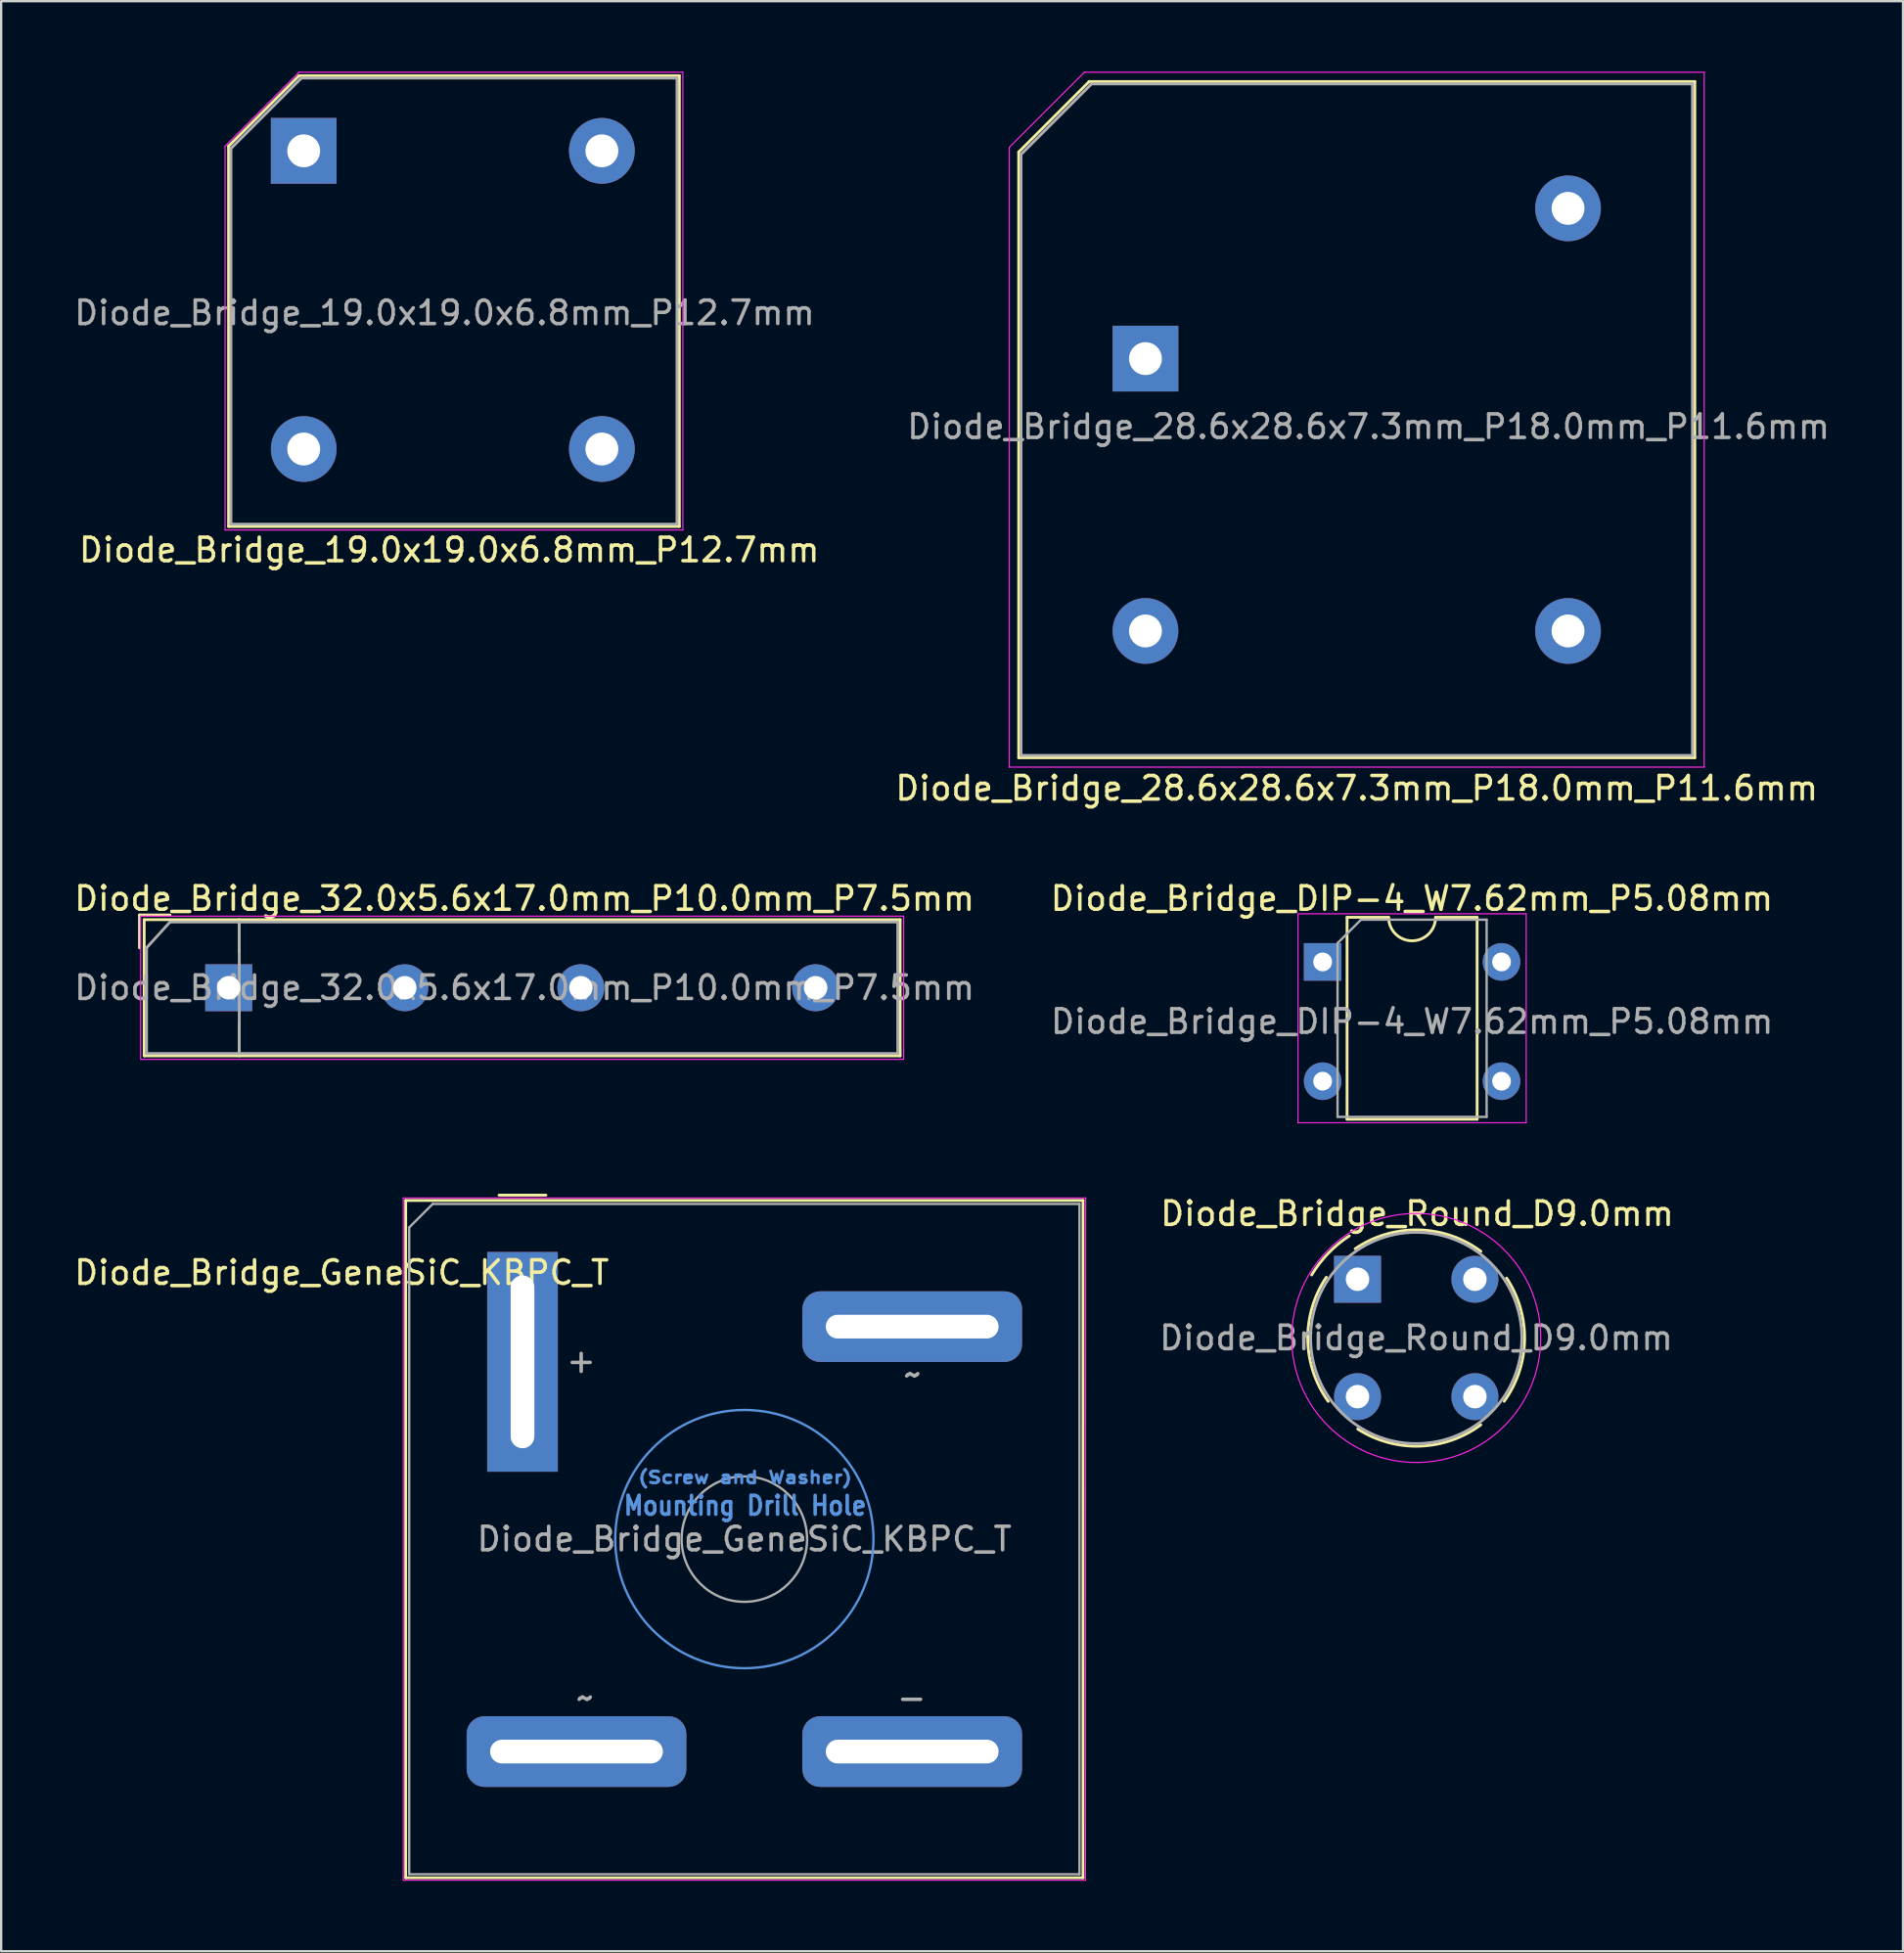
<source format=kicad_pcb>
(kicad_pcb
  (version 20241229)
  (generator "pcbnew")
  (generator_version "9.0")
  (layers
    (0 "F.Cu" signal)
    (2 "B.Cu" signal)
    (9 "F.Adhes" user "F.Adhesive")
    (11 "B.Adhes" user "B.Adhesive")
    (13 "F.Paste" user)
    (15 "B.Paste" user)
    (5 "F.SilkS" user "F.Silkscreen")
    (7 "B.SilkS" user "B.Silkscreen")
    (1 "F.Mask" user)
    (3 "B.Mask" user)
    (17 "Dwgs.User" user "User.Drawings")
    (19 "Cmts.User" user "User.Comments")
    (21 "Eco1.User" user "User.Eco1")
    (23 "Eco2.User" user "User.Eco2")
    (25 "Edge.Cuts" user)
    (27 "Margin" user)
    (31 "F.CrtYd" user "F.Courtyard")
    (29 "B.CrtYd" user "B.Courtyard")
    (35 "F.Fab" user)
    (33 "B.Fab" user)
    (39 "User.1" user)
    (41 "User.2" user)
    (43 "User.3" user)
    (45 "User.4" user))
  (footprint "Diode_Bridge_28.6x28.6x7.3mm_P18.0mm_P11.6mm"
    (layer "F.Cu")
    (at 45.742 12.225)
    (property "Reference" "Diode_Bridge_28.6x28.6x7.3mm_P18.0mm_P11.6mm" (at 9 18.3 180) (layer "F.SilkS") (effects (font (size 1 1) (thickness 0.15))))
    (attr through_hole)
    (fp_line (start -5.4 -8.8) (end -5.4 17) (stroke (width 0.12) (type solid)) (layer "F.SilkS"))
    (fp_line (start -5.4 17) (end 23.4 17) (stroke (width 0.12) (type solid)) (layer "F.SilkS"))
    (fp_line (start -2.4 -11.8) (end -5.4 -8.8) (stroke (width 0.12) (type solid)) (layer "F.SilkS"))
    (fp_line (start 23.4 -11.8) (end -2.4 -11.8) (stroke (width 0.12) (type solid)) (layer "F.SilkS"))
    (fp_line (start 23.4 17) (end 23.4 -11.8) (stroke (width 0.12) (type solid)) (layer "F.SilkS"))
    (fp_line (start -5.8 -9) (end -5.8 17.4) (stroke (width 0.05) (type solid)) (layer "F.CrtYd"))
    (fp_line (start -5.8 17.4) (end 23.8 17.4) (stroke (width 0.05) (type solid)) (layer "F.CrtYd"))
    (fp_line (start -2.6 -12.2) (end -5.8 -9) (stroke (width 0.05) (type solid)) (layer "F.CrtYd"))
    (fp_line (start 23.8 -12.2) (end -2.6 -12.2) (stroke (width 0.05) (type solid)) (layer "F.CrtYd"))
    (fp_line (start 23.8 17.4) (end 23.8 -12.2) (stroke (width 0.05) (type solid)) (layer "F.CrtYd"))
    (fp_line (start -5.3 -8.7) (end -5.3 16.9) (stroke (width 0.12) (type solid)) (layer "F.Fab"))
    (fp_line (start -5.3 16.9) (end 23.3 16.9) (stroke (width 0.12) (type solid)) (layer "F.Fab"))
    (fp_line (start -2.3 -11.7) (end -5.3 -8.7) (stroke (width 0.12) (type solid)) (layer "F.Fab"))
    (fp_line (start 23.3 -11.7) (end -2.3 -11.7) (stroke (width 0.12) (type solid)) (layer "F.Fab"))
    (fp_line (start 23.3 16.9) (end 23.3 -11.7) (stroke (width 0.12) (type solid)) (layer "F.Fab"))
    (fp_text user "${REFERENCE}" (at 9.5 2.9 180) (layer "F.Fab") (effects (font (size 1 1) (thickness 0.15))))
    (pad "1" thru_hole rect (at 0 0 180) (size 2.8 2.8) (drill 1.4) (layers "*.Cu" "*.Mask"))
    (pad "2" thru_hole circle (at 0 11.6 180) (size 2.8 2.8) (drill 1.4) (layers "*.Cu" "*.Mask"))
    (pad "3" thru_hole circle (at 18 11.6 180) (size 2.8 2.8) (drill 1.4) (layers "*.Cu" "*.Mask"))
    (pad "4" thru_hole circle (at 18 -6.4 180) (size 2.8 2.8) (drill 1.4) (layers "*.Cu" "*.Mask")))
  (footprint "Diode_Bridge_GeneSiC_KBPC_T"
    (layer "F.Cu")
    (at 19.206 54.956)
    (property "Reference" "Diode_Bridge_GeneSiC_KBPC_T" (at -7.7 -3.8 180) (layer "F.SilkS") (effects (font (size 1 1) (thickness 0.15))))
    (attr through_hole)
    (fp_line (start -4.975 -6.875) (end 23.875 -6.875) (stroke (width 0.12) (type solid)) (layer "F.SilkS"))
    (fp_line (start -4.975 21.975) (end -4.975 -6.875) (stroke (width 0.12) (type solid)) (layer "F.SilkS"))
    (fp_line (start -1 -7.1) (end 1 -7.1) (stroke (width 0.12) (type solid)) (layer "F.SilkS"))
    (fp_line (start 23.875 -6.875) (end 23.875 21.975) (stroke (width 0.12) (type solid)) (layer "F.SilkS"))
    (fp_line (start 23.875 21.975) (end -4.975 21.975) (stroke (width 0.12) (type solid)) (layer "F.SilkS"))
    (fp_circle (center 9.45 7.55) (end 14.95 7.55) (stroke (width 0.1) (type solid)) (fill no) (layer "Cmts.User"))
    (fp_line (start -5.08 -6.98) (end 23.99 -6.98) (stroke (width 0.05) (type solid)) (layer "F.CrtYd"))
    (fp_line (start -5.08 22.08) (end -5.08 -6.98) (stroke (width 0.05) (type solid)) (layer "F.CrtYd"))
    (fp_line (start 23.98 22.08) (end -5.08 22.08) (stroke (width 0.05) (type solid)) (layer "F.CrtYd"))
    (fp_line (start 23.99 -6.98) (end 23.98 22.08) (stroke (width 0.05) (type solid)) (layer "F.CrtYd"))
    (fp_line (start -4.825 21.825) (end -4.825 -5.725) (stroke (width 0.1) (type solid)) (layer "F.Fab"))
    (fp_line (start -4.825 21.825) (end 23.725 21.825) (stroke (width 0.1) (type solid)) (layer "F.Fab"))
    (fp_line (start -3.825 -6.725) (end -4.825 -5.725) (stroke (width 0.1) (type solid)) (layer "F.Fab"))
    (fp_line (start -3.825 -6.725) (end 23.725 -6.725) (stroke (width 0.1) (type solid)) (layer "F.Fab"))
    (fp_line (start 23.725 -6.725) (end 23.725 21.825) (stroke (width 0.1) (type solid)) (layer "F.Fab"))
    (fp_circle (center 9.45 7.55) (end 12.122 7.55) (stroke (width 0.1) (type solid)) (fill no) (layer "F.Fab"))
    (fp_text user "(Screw and Washer)" (at 9.483 4.925 0) (unlocked yes) (layer "Cmts.User") (effects (font (size 0.5 0.6) (thickness 0.125))))
    (fp_text user "Mounting Drill Hole" (at 9.483 6.125 0) (unlocked yes) (layer "Cmts.User") (effects (font (size 0.8 0.7) (thickness 0.15))))
    (fp_text user "${REFERENCE}" (at 9.45 7.55 180) (layer "F.Fab") (effects (font (size 1 1) (thickness 0.15))))
    (fp_text user "~" (at 16.625 0.525 0) (unlocked yes) (layer "F.Fab") (effects (font (size 1 1) (thickness 0.15))))
    (fp_text user "-" (at 16.575 14.3 0) (unlocked yes) (layer "F.Fab") (effects (font (size 1 1) (thickness 0.15))))
    (fp_text user "~" (at 2.675 14.3 0) (unlocked yes) (layer "F.Fab") (effects (font (size 1 1) (thickness 0.15))))
    (fp_text user "+" (at 2.5 -0.05 0) (unlocked yes) (layer "F.Fab") (effects (font (size 1 1) (thickness 0.15))))
    (pad "1" thru_hole rect (at 0 0 90) (size 9.36 3.01) (drill oval 7.36 1.01) (layers "*.Cu" "*.Mask"))
    (pad "2" thru_hole roundrect (at 16.6 -1.5) (size 9.36 3.01) (drill oval 7.36 1.01) (layers "*.Cu" "*.Mask") (roundrect_rratio 0.25))
    (pad "3" thru_hole roundrect (at 16.6 16.6) (size 9.36 3.01) (drill oval 7.36 1.01) (layers "*.Cu" "*.Mask") (roundrect_rratio 0.25))
    (pad "4" thru_hole roundrect (at 2.3 16.6) (size 9.36 3.01) (drill oval 7.36 1.01) (layers "*.Cu" "*.Mask") (roundrect_rratio 0.25)))
  (footprint "Diode_Bridge_19.0x19.0x6.8mm_P12.7mm"
    (layer "F.Cu")
    (at 9.887 3.375)
    (property "Reference" "Diode_Bridge_19.0x19.0x6.8mm_P12.7mm" (at 6.2 17 180) (layer "F.SilkS") (effects (font (size 1 1) (thickness 0.15))))
    (attr through_hole)
    (fp_line (start -3.2 -0.2) (end -0.2 -3.2) (stroke (width 0.12) (type solid)) (layer "F.SilkS"))
    (fp_line (start -3.2 16) (end -3.2 -0.2) (stroke (width 0.12) (type solid)) (layer "F.SilkS"))
    (fp_line (start -0.2 -3.2) (end 16 -3.2) (stroke (width 0.12) (type solid)) (layer "F.SilkS"))
    (fp_line (start 16 -3.2) (end 16 16) (stroke (width 0.12) (type solid)) (layer "F.SilkS"))
    (fp_line (start 16 16) (end -3.2 16) (stroke (width 0.12) (type solid)) (layer "F.SilkS"))
    (fp_line (start -3.35 -0.2) (end -3.35 16.15) (stroke (width 0.05) (type solid)) (layer "F.CrtYd"))
    (fp_line (start -3.35 16.15) (end 16.15 16.15) (stroke (width 0.05) (type solid)) (layer "F.CrtYd"))
    (fp_line (start -0.2 -3.35) (end -3.35 -0.2) (stroke (width 0.05) (type solid)) (layer "F.CrtYd"))
    (fp_line (start 16.15 -3.35) (end -0.2 -3.35) (stroke (width 0.05) (type solid)) (layer "F.CrtYd"))
    (fp_line (start 16.15 16.15) (end 16.15 -3.35) (stroke (width 0.05) (type solid)) (layer "F.CrtYd"))
    (fp_line (start -3.1 -0.1) (end -0.1 -3.1) (stroke (width 0.12) (type solid)) (layer "F.Fab"))
    (fp_line (start -3.1 15.9) (end -3.1 -0.1) (stroke (width 0.12) (type solid)) (layer "F.Fab"))
    (fp_line (start -0.1 -3.1) (end 15.9 -3.1) (stroke (width 0.12) (type solid)) (layer "F.Fab"))
    (fp_line (start 15.9 -3.1) (end 15.9 15.9) (stroke (width 0.12) (type solid)) (layer "F.Fab"))
    (fp_line (start 15.9 15.9) (end -3.1 15.9) (stroke (width 0.12) (type solid)) (layer "F.Fab"))
    (fp_text user "${REFERENCE}" (at 6 6.9 180) (layer "F.Fab") (effects (font (size 1 1) (thickness 0.15))))
    (pad "1" thru_hole rect (at 0 0 180) (size 2.8 2.8) (drill 1.4) (layers "*.Cu" "*.Mask"))
    (pad "2" thru_hole circle (at 0 12.7 180) (size 2.8 2.8) (drill 1.4) (layers "*.Cu" "*.Mask"))
    (pad "3" thru_hole circle (at 12.7 12.7 180) (size 2.8 2.8) (drill 1.4) (layers "*.Cu" "*.Mask"))
    (pad "4" thru_hole circle (at 12.7 0 180) (size 2.8 2.8) (drill 1.4) (layers "*.Cu" "*.Mask")))
  (footprint "Diode_Bridge_Round_D9.0mm"
    (layer "F.Cu")
    (at 54.775 51.439)
    (property "Reference" "Diode_Bridge_Round_D9.0mm" (at 2.54 -2.794 0) (layer "F.SilkS") (effects (font (size 1 1) (thickness 0.15))))
    (attr through_hole)
    (fp_arc (start -1.954487 -0.183757) (mid -1.246061 -1.107219) (end -0.35 -1.85) (stroke (width 0.12) (type solid)) (layer "F.SilkS"))
    (fp_arc (start -1.25 5.2) (mid -2.120355 2.569427) (end -1.329431 -0.086109) (stroke (width 0.12) (type solid)) (layer "F.SilkS"))
    (fp_arc (start -0.1 -1.3) (mid 2.595106 -2.103363) (end 5.254731 -1.189371) (stroke (width 0.12) (type solid)) (layer "F.SilkS"))
    (fp_arc (start 5.25 6.2) (mid 2.657169 7.107363) (end 0.008533 6.3788) (stroke (width 0.12) (type solid)) (layer "F.SilkS"))
    (fp_arc (start 6.35 -0.05) (mid 7.117021 2.590098) (end 6.247584 5.198261) (stroke (width 0.12) (type solid)) (layer "F.SilkS"))
    (fp_circle (center 2.5 2.5) (end -1.3 -1.2) (stroke (width 0.05) (type solid)) (fill no) (layer "F.CrtYd"))
    (fp_arc (start -2 2.5) (mid 7 2.5) (end -2 2.5) (stroke (width 0.12) (type solid)) (layer "F.Fab"))
    (fp_text user "${REFERENCE}" (at 2.5 2.5 0) (layer "F.Fab") (effects (font (size 1 1) (thickness 0.15))))
    (pad "1" thru_hole rect (at 0 0) (size 2 2) (drill 1) (layers "*.Cu" "*.Mask"))
    (pad "2" thru_hole oval (at 0 5) (size 2 2) (drill 1) (layers "*.Cu" "*.Mask"))
    (pad "3" thru_hole oval (at 5 5) (size 2 2) (drill 1) (layers "*.Cu" "*.Mask"))
    (pad "4" thru_hole oval (at 5 0) (size 2 2) (drill 1) (layers "*.Cu" "*.Mask")))
  (footprint "Diode_Bridge_DIP-4_W7.62mm_P5.08mm"
    (layer "F.Cu")
    (at 53.289 37.922)
    (property "Reference" "Diode_Bridge_DIP-4_W7.62mm_P5.08mm" (at 3.8 -2.7 0) (layer "F.SilkS") (effects (font (size 1 1) (thickness 0.15))))
    (attr through_hole)
    (fp_line (start 1.04 -1.9) (end 1.04 6.7) (stroke (width 0.12) (type solid)) (layer "F.SilkS"))
    (fp_line (start 1.04 6.7) (end 6.58 6.7) (stroke (width 0.12) (type solid)) (layer "F.SilkS"))
    (fp_line (start 2.81 -1.9) (end 1.04 -1.9) (stroke (width 0.12) (type solid)) (layer "F.SilkS"))
    (fp_line (start 6.58 -1.9) (end 4.81 -1.9) (stroke (width 0.12) (type solid)) (layer "F.SilkS"))
    (fp_line (start 6.58 6.7) (end 6.58 -1.9) (stroke (width 0.12) (type solid)) (layer "F.SilkS"))
    (fp_arc (start 4.81 -1.9) (mid 3.81 -0.9) (end 2.81 -1.9) (stroke (width 0.12) (type solid)) (layer "F.SilkS"))
    (fp_line (start -1.05 -2.05) (end -1.05 6.85) (stroke (width 0.05) (type solid)) (layer "F.CrtYd"))
    (fp_line (start -1.05 -2.05) (end 8.67 -2.05) (stroke (width 0.05) (type solid)) (layer "F.CrtYd"))
    (fp_line (start 8.67 6.85) (end -1.05 6.85) (stroke (width 0.05) (type solid)) (layer "F.CrtYd"))
    (fp_line (start 8.67 6.85) (end 8.67 -2.05) (stroke (width 0.05) (type solid)) (layer "F.CrtYd"))
    (fp_line (start 0.635 -0.8) (end 1.635 -1.8) (stroke (width 0.1) (type solid)) (layer "F.Fab"))
    (fp_line (start 0.635 6.6) (end 0.635 -0.8) (stroke (width 0.1) (type solid)) (layer "F.Fab"))
    (fp_line (start 1.635 -1.8) (end 6.985 -1.8) (stroke (width 0.1) (type solid)) (layer "F.Fab"))
    (fp_line (start 6.985 -1.8) (end 6.985 6.6) (stroke (width 0.1) (type solid)) (layer "F.Fab"))
    (fp_line (start 6.985 6.6) (end 0.635 6.6) (stroke (width 0.1) (type solid)) (layer "F.Fab"))
    (fp_text user "${REFERENCE}" (at 3.81 2.54 0) (layer "F.Fab") (effects (font (size 1 1) (thickness 0.15))))
    (pad "1" thru_hole rect (at 0 0) (size 1.6 1.6) (drill 0.8) (layers "*.Cu" "*.Mask"))
    (pad "2" thru_hole oval (at 0 5.08) (size 1.6 1.6) (drill 0.8) (layers "*.Cu" "*.Mask"))
    (pad "3" thru_hole oval (at 7.62 5.08) (size 1.6 1.6) (drill 0.8) (layers "*.Cu" "*.Mask"))
    (pad "4" thru_hole oval (at 7.62 0) (size 1.6 1.6) (drill 0.8) (layers "*.Cu" "*.Mask")))
  (footprint "Diode_Bridge_32.0x5.6x17.0mm_P10.0mm_P7.5mm"
    (layer "F.Cu")
    (at 6.692 39.022)
    (property "Reference" "Diode_Bridge_32.0x5.6x17.0mm_P10.0mm_P7.5mm" (at 12.6 -3.8 180) (layer "F.SilkS") (effects (font (size 1 1) (thickness 0.15))))
    (attr through_hole)
    (fp_line (start -3.8 -3.1) (end -2.5 -3.1) (stroke (width 0.12) (type solid)) (layer "F.SilkS"))
    (fp_line (start -3.8 -1.7) (end -3.8 -3.1) (stroke (width 0.12) (type solid)) (layer "F.SilkS"))
    (fp_line (start -3.6 -2.9) (end 28.6 -2.9) (stroke (width 0.12) (type solid)) (layer "F.SilkS"))
    (fp_line (start -3.6 2.9) (end -3.6 -2.9) (stroke (width 0.12) (type solid)) (layer "F.SilkS"))
    (fp_line (start 0.45 -2.9) (end 0.45 -1.5) (stroke (width 0.12) (type solid)) (layer "F.SilkS"))
    (fp_line (start 0.45 2.9) (end 0.45 1.5) (stroke (width 0.12) (type solid)) (layer "F.SilkS"))
    (fp_line (start 28.6 -2.9) (end 28.6 2.9) (stroke (width 0.12) (type solid)) (layer "F.SilkS"))
    (fp_line (start 28.6 2.9) (end -3.6 2.9) (stroke (width 0.12) (type solid)) (layer "F.SilkS"))
    (fp_line (start -3.75 -3.05) (end 28.75 -3.05) (stroke (width 0.05) (type solid)) (layer "F.CrtYd"))
    (fp_line (start -3.75 3.05) (end -3.75 -3.05) (stroke (width 0.05) (type solid)) (layer "F.CrtYd"))
    (fp_line (start 28.75 -3.05) (end 28.75 3.05) (stroke (width 0.05) (type solid)) (layer "F.CrtYd"))
    (fp_line (start 28.75 3.05) (end -3.75 3.05) (stroke (width 0.05) (type solid)) (layer "F.CrtYd"))
    (fp_line (start -3.5 -1.7) (end -3.5 2.8) (stroke (width 0.12) (type solid)) (layer "F.Fab"))
    (fp_line (start -3.5 2.8) (end 28.5 2.8) (stroke (width 0.12) (type solid)) (layer "F.Fab"))
    (fp_line (start -2.5 -2.8) (end -3.5 -1.7) (stroke (width 0.12) (type solid)) (layer "F.Fab"))
    (fp_line (start 0.45 -2.8) (end 0.45 2.8) (stroke (width 0.12) (type solid)) (layer "F.Fab"))
    (fp_line (start 28.5 -2.8) (end -2.5 -2.8) (stroke (width 0.12) (type solid)) (layer "F.Fab"))
    (fp_line (start 28.5 2.8) (end 28.5 -2.8) (stroke (width 0.12) (type solid)) (layer "F.Fab"))
    (fp_text user "${REFERENCE}" (at 12.6 0 180) (layer "F.Fab") (effects (font (size 1 1) (thickness 0.15))))
    (pad "1" thru_hole rect (at 0 0) (size 2 2) (drill 1) (layers "*.Cu" "*.Mask"))
    (pad "2" thru_hole circle (at 7.5 0) (size 2 2) (drill 1) (layers "*.Cu" "*.Mask"))
    (pad "3" thru_hole circle (at 15 0) (size 2 2) (drill 1) (layers "*.Cu" "*.Mask"))
    (pad "4" thru_hole circle (at 25 0) (size 2 2) (drill 1) (layers "*.Cu" "*.Mask")))
  (gr_rect
    (start -3 -3)
    (end 78.01 80.061)
    (stroke (width 0.1) (type default))
    (fill no)
    (layer "Edge.Cuts")))
</source>
